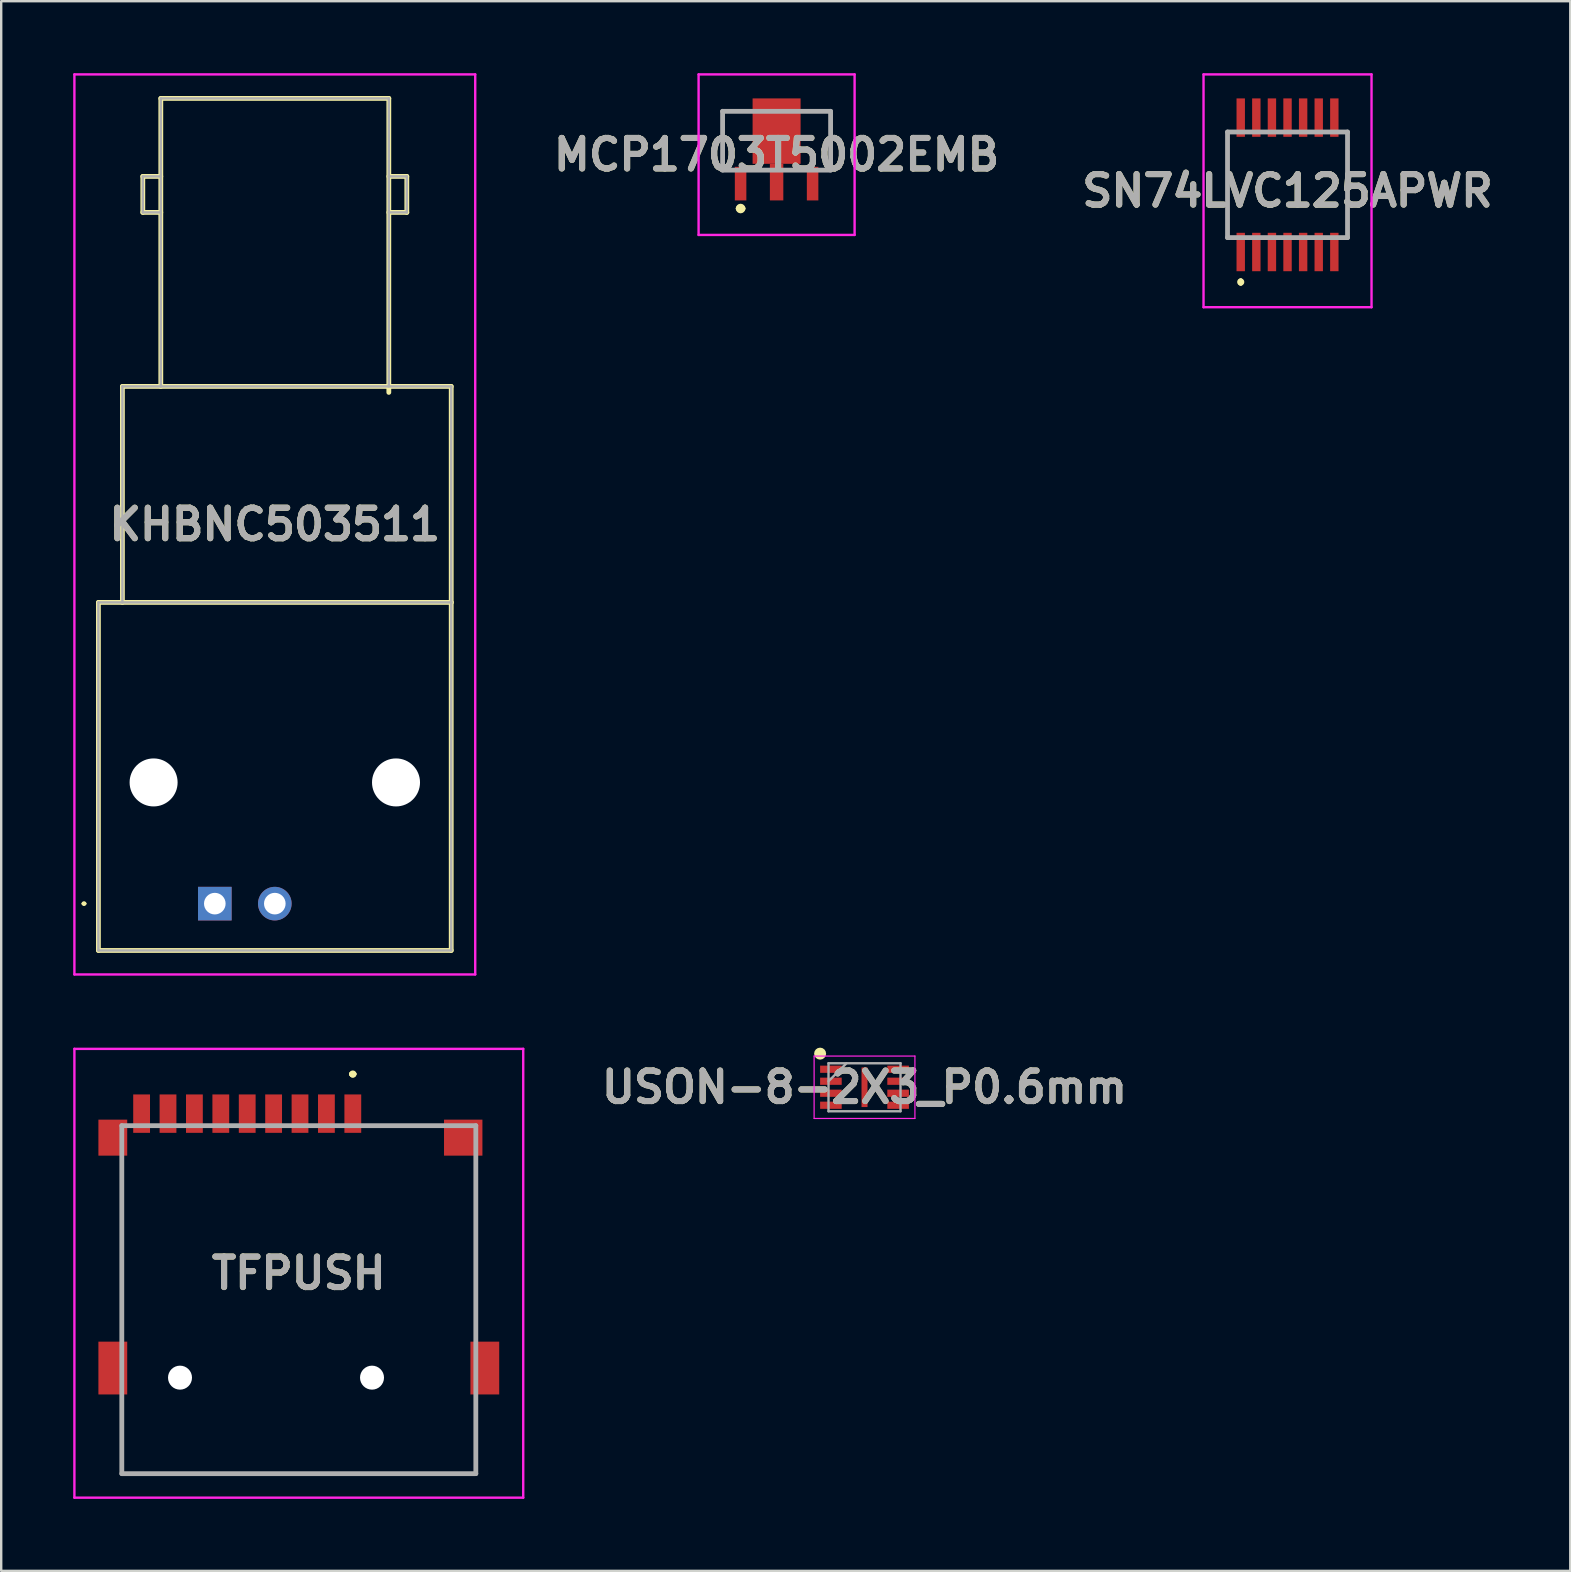
<source format=kicad_pcb>
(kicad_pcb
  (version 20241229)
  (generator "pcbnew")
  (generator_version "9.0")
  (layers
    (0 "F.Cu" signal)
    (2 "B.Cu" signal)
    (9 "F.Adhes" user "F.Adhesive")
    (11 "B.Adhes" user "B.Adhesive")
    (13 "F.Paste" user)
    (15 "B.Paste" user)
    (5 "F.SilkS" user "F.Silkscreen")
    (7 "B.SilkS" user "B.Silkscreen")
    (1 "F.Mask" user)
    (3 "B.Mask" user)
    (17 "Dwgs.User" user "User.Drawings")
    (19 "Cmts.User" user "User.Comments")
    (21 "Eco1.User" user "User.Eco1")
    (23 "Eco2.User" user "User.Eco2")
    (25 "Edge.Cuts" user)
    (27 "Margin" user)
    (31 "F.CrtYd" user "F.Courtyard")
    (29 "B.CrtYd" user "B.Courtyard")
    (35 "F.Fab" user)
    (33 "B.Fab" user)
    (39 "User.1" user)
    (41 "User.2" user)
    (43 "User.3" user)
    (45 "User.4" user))
  (footprint "KHBNC503511"
    (layer "F.Cu")
    (at 5.9 34.6)
    (property "Reference" "KHBNC503511" (at 2.5 -15.8 0) (layer "F.SilkS") (effects (font (size 1.27 1.27) (thickness 0.254))))
    (attr through_hole)
    (fp_line (start -5.5 0) (end -5.5 0) (stroke (width 0.1) (type solid)) (layer "F.SilkS"))
    (fp_line (start -5.4 0) (end -5.4 0) (stroke (width 0.1) (type solid)) (layer "F.SilkS"))
    (fp_line (start -4.85 -12.55) (end 9.85 -12.55) (stroke (width 0.2) (type solid)) (layer "F.SilkS"))
    (fp_line (start -4.85 1.95) (end -4.85 -12.55) (stroke (width 0.2) (type solid)) (layer "F.SilkS"))
    (fp_line (start -3.85 -21.55) (end 9.85 -21.55) (stroke (width 0.2) (type solid)) (layer "F.SilkS"))
    (fp_line (start -3.85 -12.55) (end -3.85 -21.55) (stroke (width 0.2) (type solid)) (layer "F.SilkS"))
    (fp_line (start -3 -30.3) (end -3 -28.8) (stroke (width 0.2) (type solid)) (layer "F.SilkS"))
    (fp_line (start -3 -28.8) (end -2.25 -28.8) (stroke (width 0.2) (type solid)) (layer "F.SilkS"))
    (fp_line (start -2.25 -33.55) (end 7.25 -33.55) (stroke (width 0.2) (type solid)) (layer "F.SilkS"))
    (fp_line (start -2.25 -30.3) (end -3 -30.3) (stroke (width 0.2) (type solid)) (layer "F.SilkS"))
    (fp_line (start -2.25 -21.55) (end -2.25 -33.55) (stroke (width 0.2) (type solid)) (layer "F.SilkS"))
    (fp_line (start 7.25 -33.55) (end 7.25 -21.3) (stroke (width 0.2) (type solid)) (layer "F.SilkS"))
    (fp_line (start 7.25 -30.3) (end 8 -30.3) (stroke (width 0.2) (type solid)) (layer "F.SilkS"))
    (fp_line (start 8 -30.3) (end 8 -28.8) (stroke (width 0.2) (type solid)) (layer "F.SilkS"))
    (fp_line (start 8 -28.8) (end 7.25 -28.8) (stroke (width 0.2) (type solid)) (layer "F.SilkS"))
    (fp_line (start 9.85 -21.55) (end 9.85 -12.55) (stroke (width 0.2) (type solid)) (layer "F.SilkS"))
    (fp_line (start 9.85 -12.55) (end 9.85 1.95) (stroke (width 0.2) (type solid)) (layer "F.SilkS"))
    (fp_line (start 9.85 1.95) (end -4.85 1.95) (stroke (width 0.2) (type solid)) (layer "F.SilkS"))
    (fp_arc (start -5.5 0) (mid -5.45 -0.05) (end -5.4 0) (stroke (width 0.1) (type solid)) (layer "F.SilkS"))
    (fp_arc (start -5.4 0) (mid -5.45 0.05) (end -5.5 0) (stroke (width 0.1) (type solid)) (layer "F.SilkS"))
    (fp_line (start -5.85 -34.55) (end 10.85 -34.55) (stroke (width 0.1) (type solid)) (layer "F.CrtYd"))
    (fp_line (start -5.85 2.95) (end -5.85 -34.55) (stroke (width 0.1) (type solid)) (layer "F.CrtYd"))
    (fp_line (start 10.85 -34.55) (end 10.85 2.95) (stroke (width 0.1) (type solid)) (layer "F.CrtYd"))
    (fp_line (start 10.85 2.95) (end -5.85 2.95) (stroke (width 0.1) (type solid)) (layer "F.CrtYd"))
    (fp_line (start -4.85 -12.55) (end 9.85 -12.55) (stroke (width 0.1) (type solid)) (layer "F.Fab"))
    (fp_line (start -4.85 1.95) (end -4.85 -12.55) (stroke (width 0.1) (type solid)) (layer "F.Fab"))
    (fp_line (start -3.85 -21.55) (end 9.85 -21.55) (stroke (width 0.1) (type solid)) (layer "F.Fab"))
    (fp_line (start -3.85 -12.55) (end -3.85 -21.55) (stroke (width 0.1) (type solid)) (layer "F.Fab"))
    (fp_line (start -3 -30.3) (end -3 -28.8) (stroke (width 0.1) (type solid)) (layer "F.Fab"))
    (fp_line (start -3 -28.8) (end -2.25 -28.8) (stroke (width 0.1) (type solid)) (layer "F.Fab"))
    (fp_line (start -2.25 -33.55) (end 7.25 -33.55) (stroke (width 0.1) (type solid)) (layer "F.Fab"))
    (fp_line (start -2.25 -30.3) (end -3 -30.3) (stroke (width 0.1) (type solid)) (layer "F.Fab"))
    (fp_line (start -2.25 -21.55) (end -2.25 -33.55) (stroke (width 0.1) (type solid)) (layer "F.Fab"))
    (fp_line (start 7.25 -33.55) (end 7.25 -21.55) (stroke (width 0.1) (type solid)) (layer "F.Fab"))
    (fp_line (start 7.25 -30.3) (end 8 -30.3) (stroke (width 0.1) (type solid)) (layer "F.Fab"))
    (fp_line (start 8 -30.3) (end 8 -28.8) (stroke (width 0.1) (type solid)) (layer "F.Fab"))
    (fp_line (start 8 -28.8) (end 7.25 -28.8) (stroke (width 0.1) (type solid)) (layer "F.Fab"))
    (fp_line (start 9.85 -21.55) (end 9.85 -12.55) (stroke (width 0.1) (type solid)) (layer "F.Fab"))
    (fp_line (start 9.85 -12.55) (end 9.85 1.95) (stroke (width 0.1) (type solid)) (layer "F.Fab"))
    (fp_line (start 9.85 1.95) (end -4.85 1.95) (stroke (width 0.1) (type solid)) (layer "F.Fab"))
    (fp_text user "${REFERENCE}" (at 2.5 -15.8 0) (layer "F.Fab") (effects (font (size 1.27 1.27) (thickness 0.254))))
    (pad "" np_thru_hole circle (at -2.55 -5.05) (size 2 2) (drill 2) (layers "*.Cu" "*.Mask"))
    (pad "" np_thru_hole circle (at 7.55 -5.05) (size 2 2) (drill 2) (layers "*.Cu" "*.Mask"))
    (pad "1" thru_hole rect (at 0 0) (size 1.4 1.4) (drill 0.9) (layers "*.Cu" "*.Mask"))
    (pad "2" thru_hole circle (at 2.5 0) (size 1.4 1.4) (drill 0.9) (layers "*.Cu" "*.Mask")))
  (footprint "TFPUSH"
    (layer "F.Cu")
    (at 9.4 51.1)
    (property "Reference" "TFPUSH" (at 0 -1.1 0) (layer "F.SilkS") (effects (font (size 1.27 1.27) (thickness 0.254))))
    (attr through_hole)
    (fp_line (start -7.375 -5.25) (end -7.375 -5.25) (stroke (width 0.1) (type solid)) (layer "F.SilkS"))
    (fp_line (start -7.375 -5.25) (end -7.375 1.25) (stroke (width 0.1) (type solid)) (layer "F.SilkS"))
    (fp_line (start -7.375 1.25) (end -7.375 -5.25) (stroke (width 0.1) (type solid)) (layer "F.SilkS"))
    (fp_line (start -7.375 1.25) (end -7.375 1.25) (stroke (width 0.1) (type solid)) (layer "F.SilkS"))
    (fp_line (start -7.375 4.5) (end -7.375 4.5) (stroke (width 0.1) (type solid)) (layer "F.SilkS"))
    (fp_line (start -7.375 4.5) (end -7.375 7.25) (stroke (width 0.1) (type solid)) (layer "F.SilkS"))
    (fp_line (start -7.375 7.25) (end -7.375 4.5) (stroke (width 0.1) (type solid)) (layer "F.SilkS"))
    (fp_line (start -7.375 7.25) (end -7.375 7.25) (stroke (width 0.1) (type solid)) (layer "F.SilkS"))
    (fp_line (start -7.375 7.25) (end -7.375 7.25) (stroke (width 0.1) (type solid)) (layer "F.SilkS"))
    (fp_line (start -7.375 7.25) (end 7.375 7.25) (stroke (width 0.1) (type solid)) (layer "F.SilkS"))
    (fp_line (start 2.2 -9.4) (end 2.2 -9.4) (stroke (width 0.2) (type solid)) (layer "F.SilkS"))
    (fp_line (start 2.2 -9.4) (end 2.2 -9.4) (stroke (width 0.2) (type solid)) (layer "F.SilkS"))
    (fp_line (start 2.3 -9.4) (end 2.3 -9.4) (stroke (width 0.2) (type solid)) (layer "F.SilkS"))
    (fp_line (start 3.2 -7.25) (end 3.2 -7.25) (stroke (width 0.1) (type solid)) (layer "F.SilkS"))
    (fp_line (start 3.2 -7.25) (end 5.45 -7.25) (stroke (width 0.1) (type solid)) (layer "F.SilkS"))
    (fp_line (start 5.45 -7.25) (end 3.2 -7.25) (stroke (width 0.1) (type solid)) (layer "F.SilkS"))
    (fp_line (start 5.45 -7.25) (end 5.45 -7.25) (stroke (width 0.1) (type solid)) (layer "F.SilkS"))
    (fp_line (start 7.375 -5.25) (end 7.375 -5.25) (stroke (width 0.1) (type solid)) (layer "F.SilkS"))
    (fp_line (start 7.375 -5.25) (end 7.375 1) (stroke (width 0.1) (type solid)) (layer "F.SilkS"))
    (fp_line (start 7.375 1) (end 7.375 -5.25) (stroke (width 0.1) (type solid)) (layer "F.SilkS"))
    (fp_line (start 7.375 1) (end 7.375 1) (stroke (width 0.1) (type solid)) (layer "F.SilkS"))
    (fp_line (start 7.375 4.5) (end 7.375 4.5) (stroke (width 0.1) (type solid)) (layer "F.SilkS"))
    (fp_line (start 7.375 4.5) (end 7.375 7.25) (stroke (width 0.1) (type solid)) (layer "F.SilkS"))
    (fp_line (start 7.375 7.25) (end -7.375 7.25) (stroke (width 0.1) (type solid)) (layer "F.SilkS"))
    (fp_line (start 7.375 7.25) (end 7.375 4.5) (stroke (width 0.1) (type solid)) (layer "F.SilkS"))
    (fp_line (start 7.375 7.25) (end 7.375 7.25) (stroke (width 0.1) (type solid)) (layer "F.SilkS"))
    (fp_line (start 7.375 7.25) (end 7.375 7.25) (stroke (width 0.1) (type solid)) (layer "F.SilkS"))
    (fp_arc (start 2.2 -9.4) (mid 2.25 -9.45) (end 2.3 -9.4) (stroke (width 0.2) (type solid)) (layer "F.SilkS"))
    (fp_arc (start 2.3 -9.4) (mid 2.25 -9.35) (end 2.2 -9.4) (stroke (width 0.2) (type solid)) (layer "F.SilkS"))
    (fp_arc (start 2.3 -9.4) (mid 2.25 -9.35) (end 2.2 -9.4) (stroke (width 0.2) (type solid)) (layer "F.SilkS"))
    (fp_line (start -9.35 -10.45) (end 9.35 -10.45) (stroke (width 0.1) (type solid)) (layer "F.CrtYd"))
    (fp_line (start -9.35 8.25) (end -9.35 -10.45) (stroke (width 0.1) (type solid)) (layer "F.CrtYd"))
    (fp_line (start 9.35 -10.45) (end 9.35 8.25) (stroke (width 0.1) (type solid)) (layer "F.CrtYd"))
    (fp_line (start 9.35 8.25) (end -9.35 8.25) (stroke (width 0.1) (type solid)) (layer "F.CrtYd"))
    (fp_line (start -7.375 -7.25) (end -7.375 7.25) (stroke (width 0.2) (type solid)) (layer "F.Fab"))
    (fp_line (start -7.375 7.25) (end 7.375 7.25) (stroke (width 0.2) (type solid)) (layer "F.Fab"))
    (fp_line (start 7.375 -7.25) (end -7.375 -7.25) (stroke (width 0.2) (type solid)) (layer "F.Fab"))
    (fp_line (start 7.375 7.25) (end 7.375 -7.25) (stroke (width 0.2) (type solid)) (layer "F.Fab"))
    (fp_text user "${REFERENCE}" (at 0 -1.1 0) (layer "F.Fab") (effects (font (size 1.27 1.27) (thickness 0.254))))
    (pad "" np_thru_hole circle (at -4.95 3.25) (size 1 1) (drill 1) (layers "*.Cu" "*.Mask"))
    (pad "" np_thru_hole circle (at 3.05 3.25) (size 1 1) (drill 1) (layers "*.Cu" "*.Mask"))
    (pad "1" smd rect (at 2.25 -7.75) (size 0.7 1.6) (layers "F.Cu" "F.Mask" "F.Paste"))
    (pad "2" smd rect (at 1.15 -7.75) (size 0.7 1.6) (layers "F.Cu" "F.Mask" "F.Paste"))
    (pad "3" smd rect (at 0.05 -7.75) (size 0.7 1.6) (layers "F.Cu" "F.Mask" "F.Paste"))
    (pad "4" smd rect (at -1.05 -7.75) (size 0.7 1.6) (layers "F.Cu" "F.Mask" "F.Paste"))
    (pad "5" smd rect (at -2.15 -7.75) (size 0.7 1.6) (layers "F.Cu" "F.Mask" "F.Paste"))
    (pad "6" smd rect (at -3.25 -7.75) (size 0.7 1.6) (layers "F.Cu" "F.Mask" "F.Paste"))
    (pad "7" smd rect (at -4.35 -7.75) (size 0.7 1.6) (layers "F.Cu" "F.Mask" "F.Paste"))
    (pad "8" smd rect (at -5.45 -7.75) (size 0.7 1.6) (layers "F.Cu" "F.Mask" "F.Paste"))
    (pad "CD1" smd rect (at -6.55 -7.75) (size 0.7 1.6) (layers "F.Cu" "F.Mask" "F.Paste"))
    (pad "G1" smd rect (at 6.85 -6.75 90) (size 1.5 1.6) (layers "F.Cu" "F.Mask" "F.Paste"))
    (pad "G2" smd rect (at -7.75 -6.75) (size 1.2 1.5) (layers "F.Cu" "F.Mask" "F.Paste"))
    (pad "G3" smd rect (at -7.75 2.85) (size 1.2 2.2) (layers "F.Cu" "F.Mask" "F.Paste"))
    (pad "G4" smd rect (at 7.75 2.85) (size 1.2 2.2) (layers "F.Cu" "F.Mask" "F.Paste")))
  (footprint "USON-8-2X3_P0.6mm"
    (layer "F.Cu")
    (at 32.97 42.25)
    (property "Reference" "USON-8-2X3_P0.6mm" (at 0 0 0) (layer "F.SilkS") (effects (font (size 1.27 1.27) (thickness 0.254))))
    (attr smd)
    (fp_circle (center -1.85 -1.4) (end -1.85 -1.275) (stroke (width 0.25) (type solid)) (fill no) (layer "F.SilkS"))
    (fp_line (start -2.1 -1.3) (end 2.1 -1.3) (stroke (width 0.05) (type solid)) (layer "F.CrtYd"))
    (fp_line (start -2.1 1.3) (end -2.1 -1.3) (stroke (width 0.05) (type solid)) (layer "F.CrtYd"))
    (fp_line (start 2.1 -1.3) (end 2.1 1.3) (stroke (width 0.05) (type solid)) (layer "F.CrtYd"))
    (fp_line (start 2.1 1.3) (end -2.1 1.3) (stroke (width 0.05) (type solid)) (layer "F.CrtYd"))
    (fp_line (start -1.5 -1) (end 1.5 -1) (stroke (width 0.1) (type solid)) (layer "F.Fab"))
    (fp_line (start -1.5 -0.25) (end -0.75 -1) (stroke (width 0.1) (type solid)) (layer "F.Fab"))
    (fp_line (start -1.5 1) (end -1.5 -1) (stroke (width 0.1) (type solid)) (layer "F.Fab"))
    (fp_line (start 1.5 -1) (end 1.5 1) (stroke (width 0.1) (type solid)) (layer "F.Fab"))
    (fp_line (start 1.5 1) (end -1.5 1) (stroke (width 0.1) (type solid)) (layer "F.Fab"))
    (fp_text user "${REFERENCE}" (at 0 0 0) (layer "F.Fab") (effects (font (size 1.27 1.27) (thickness 0.254))))
    (pad "1" smd rect (at -1.4 -0.75 90) (size 0.3 0.9) (layers "F.Cu" "F.Mask" "F.Paste"))
    (pad "2" smd rect (at -1.4 -0.25 90) (size 0.3 0.9) (layers "F.Cu" "F.Mask" "F.Paste"))
    (pad "3" smd rect (at -1.4 0.25 90) (size 0.3 0.9) (layers "F.Cu" "F.Mask" "F.Paste"))
    (pad "4" smd rect (at -1.4 0.75 90) (size 0.3 0.9) (layers "F.Cu" "F.Mask" "F.Paste"))
    (pad "5" smd rect (at 1.4 0.75 90) (size 0.3 0.9) (layers "F.Cu" "F.Mask" "F.Paste"))
    (pad "6" smd rect (at 1.4 0.25 90) (size 0.3 0.9) (layers "F.Cu" "F.Mask" "F.Paste"))
    (pad "7" smd rect (at 1.4 -0.25 90) (size 0.3 0.9) (layers "F.Cu" "F.Mask" "F.Paste"))
    (pad "8" smd rect (at 1.4 -0.75 90) (size 0.3 0.9) (layers "F.Cu" "F.Mask" "F.Paste"))
    (pad "9" smd rect (at 0 0) (size 0.25 1.65) (layers "F.Cu" "F.Mask" "F.Paste")))
  (footprint "SN74LVC125APWR"
    (layer "F.Cu")
    (at 50.595 4.65)
    (property "Reference" "SN74LVC125APWR" (at 0 0.25 0) (layer "F.SilkS") (effects (font (size 1.27 1.27) (thickness 0.254))))
    (attr smd)
    (fp_line (start -2.5 -2.2) (end -2.5 2.2) (stroke (width 0.1) (type solid)) (layer "F.SilkS"))
    (fp_line (start -1.95 4) (end -1.95 4) (stroke (width 0.2) (type solid)) (layer "F.SilkS"))
    (fp_line (start -1.95 4.1) (end -1.95 4.1) (stroke (width 0.2) (type solid)) (layer "F.SilkS"))
    (fp_line (start 2.5 -2.2) (end 2.5 2.2) (stroke (width 0.1) (type solid)) (layer "F.SilkS"))
    (fp_arc (start -1.95 4) (mid -1.9 4.05) (end -1.95 4.1) (stroke (width 0.2) (type solid)) (layer "F.SilkS"))
    (fp_arc (start -1.95 4.1) (mid -2 4.05) (end -1.95 4) (stroke (width 0.2) (type solid)) (layer "F.SilkS"))
    (fp_line (start -3.5 -4.6) (end 3.5 -4.6) (stroke (width 0.1) (type solid)) (layer "F.CrtYd"))
    (fp_line (start -3.5 5.1) (end -3.5 -4.6) (stroke (width 0.1) (type solid)) (layer "F.CrtYd"))
    (fp_line (start 3.5 -4.6) (end 3.5 5.1) (stroke (width 0.1) (type solid)) (layer "F.CrtYd"))
    (fp_line (start 3.5 5.1) (end -3.5 5.1) (stroke (width 0.1) (type solid)) (layer "F.CrtYd"))
    (fp_line (start -2.5 -2.2) (end 2.5 -2.2) (stroke (width 0.2) (type solid)) (layer "F.Fab"))
    (fp_line (start -2.5 2.2) (end -2.5 -2.2) (stroke (width 0.2) (type solid)) (layer "F.Fab"))
    (fp_line (start 2.5 -2.2) (end 2.5 2.2) (stroke (width 0.2) (type solid)) (layer "F.Fab"))
    (fp_line (start 2.5 2.2) (end -2.5 2.2) (stroke (width 0.2) (type solid)) (layer "F.Fab"))
    (fp_text user "${REFERENCE}" (at 0 0.25 0) (layer "F.Fab") (effects (font (size 1.27 1.27) (thickness 0.254))))
    (pad "1" smd rect (at -1.95 2.8) (size 0.35 1.6) (layers "F.Cu" "F.Mask" "F.Paste"))
    (pad "2" smd rect (at -1.3 2.8) (size 0.35 1.6) (layers "F.Cu" "F.Mask" "F.Paste"))
    (pad "3" smd rect (at -0.65 2.8) (size 0.35 1.6) (layers "F.Cu" "F.Mask" "F.Paste"))
    (pad "4" smd rect (at 0 2.8) (size 0.35 1.6) (layers "F.Cu" "F.Mask" "F.Paste"))
    (pad "5" smd rect (at 0.65 2.8) (size 0.35 1.6) (layers "F.Cu" "F.Mask" "F.Paste"))
    (pad "6" smd rect (at 1.3 2.8) (size 0.35 1.6) (layers "F.Cu" "F.Mask" "F.Paste"))
    (pad "7" smd rect (at 1.95 2.8) (size 0.35 1.6) (layers "F.Cu" "F.Mask" "F.Paste"))
    (pad "8" smd rect (at 1.95 -2.8) (size 0.35 1.6) (layers "F.Cu" "F.Mask" "F.Paste"))
    (pad "9" smd rect (at 1.3 -2.8) (size 0.35 1.6) (layers "F.Cu" "F.Mask" "F.Paste"))
    (pad "10" smd rect (at 0.65 -2.8) (size 0.35 1.6) (layers "F.Cu" "F.Mask" "F.Paste"))
    (pad "11" smd rect (at 0 -2.8) (size 0.35 1.6) (layers "F.Cu" "F.Mask" "F.Paste"))
    (pad "12" smd rect (at -0.65 -2.8) (size 0.35 1.6) (layers "F.Cu" "F.Mask" "F.Paste"))
    (pad "13" smd rect (at -1.3 -2.8) (size 0.35 1.6) (layers "F.Cu" "F.Mask" "F.Paste"))
    (pad "14" smd rect (at -1.95 -2.8) (size 0.35 1.6) (layers "F.Cu" "F.Mask" "F.Paste")))
  (footprint "MCP1703T5002EMB"
    (layer "F.Cu")
    (at 29.307 4.038)
    (property "Reference" "MCP1703T5002EMB" (at 0 -0.644 0) (layer "F.SilkS") (effects (font (size 1.27 1.27) (thickness 0.254))))
    (attr smd)
    (fp_line (start -2.25 -2.45) (end -1.5 -2.45) (stroke (width 0.1) (type solid)) (layer "F.SilkS"))
    (fp_line (start -2.25 0) (end -2.25 -2.45) (stroke (width 0.1) (type solid)) (layer "F.SilkS"))
    (fp_line (start -2 0) (end -2.25 0) (stroke (width 0.1) (type solid)) (layer "F.SilkS"))
    (fp_line (start -1.6 1.6) (end -1.6 1.6) (stroke (width 0.2) (type solid)) (layer "F.SilkS"))
    (fp_line (start -1.4 1.6) (end -1.4 1.6) (stroke (width 0.2) (type solid)) (layer "F.SilkS"))
    (fp_line (start 1.5 -2.45) (end 2.25 -2.45) (stroke (width 0.1) (type solid)) (layer "F.SilkS"))
    (fp_line (start 2.25 -2.45) (end 2.25 0) (stroke (width 0.1) (type solid)) (layer "F.SilkS"))
    (fp_line (start 2.25 0) (end 2 0) (stroke (width 0.1) (type solid)) (layer "F.SilkS"))
    (fp_arc (start -1.6 1.6) (mid -1.5 1.5) (end -1.4 1.6) (stroke (width 0.2) (type solid)) (layer "F.SilkS"))
    (fp_arc (start -1.4 1.6) (mid -1.5 1.7) (end -1.6 1.6) (stroke (width 0.2) (type solid)) (layer "F.SilkS"))
    (fp_line (start -3.25 -3.988) (end 3.25 -3.988) (stroke (width 0.1) (type solid)) (layer "F.CrtYd"))
    (fp_line (start -3.25 2.7) (end -3.25 -3.988) (stroke (width 0.1) (type solid)) (layer "F.CrtYd"))
    (fp_line (start 3.25 -3.988) (end 3.25 2.7) (stroke (width 0.1) (type solid)) (layer "F.CrtYd"))
    (fp_line (start 3.25 2.7) (end -3.25 2.7) (stroke (width 0.1) (type solid)) (layer "F.CrtYd"))
    (fp_line (start -2.25 -2.45) (end 2.25 -2.45) (stroke (width 0.2) (type solid)) (layer "F.Fab"))
    (fp_line (start -2.25 0) (end -2.25 -2.45) (stroke (width 0.2) (type solid)) (layer "F.Fab"))
    (fp_line (start 2.25 -2.45) (end 2.25 0) (stroke (width 0.2) (type solid)) (layer "F.Fab"))
    (fp_line (start 2.25 0) (end -2.25 0) (stroke (width 0.2) (type solid)) (layer "F.Fab"))
    (fp_text user "${REFERENCE}" (at 0 -0.644 0) (layer "F.Fab") (effects (font (size 1.27 1.27) (thickness 0.254))))
    (pad "1" smd rect (at -1.5 0.563) (size 0.48 1.4) (layers "F.Cu" "F.Mask" "F.Paste"))
    (pad "2" smd rect (at 0 0.5) (size 0.56 1.525) (layers "F.Cu" "F.Mask" "F.Paste"))
    (pad "3" smd rect (at 1.5 0.563) (size 0.48 1.4) (layers "F.Cu" "F.Mask" "F.Paste"))
    (pad "4" smd rect (at 0 -1.625) (size 2 2.725) (layers "F.Cu" "F.Mask" "F.Paste")))
  (gr_rect
    (start -3 -3)
    (end 62.376 62.4)
    (stroke (width 0.1) (type default))
    (fill no)
    (layer "Edge.Cuts")))
</source>
